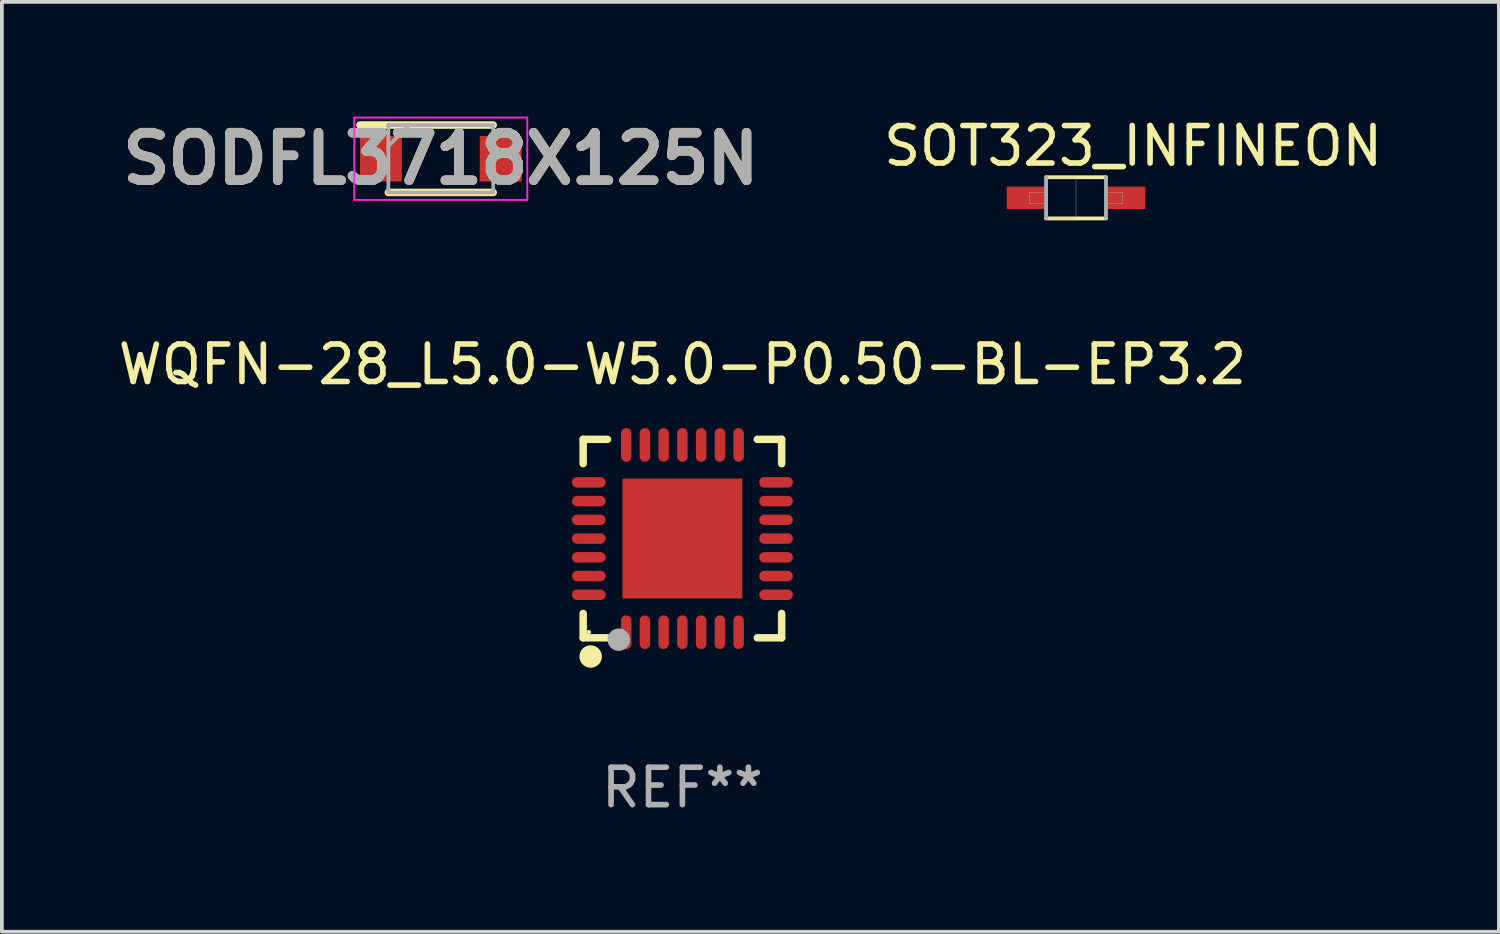
<source format=kicad_pcb>
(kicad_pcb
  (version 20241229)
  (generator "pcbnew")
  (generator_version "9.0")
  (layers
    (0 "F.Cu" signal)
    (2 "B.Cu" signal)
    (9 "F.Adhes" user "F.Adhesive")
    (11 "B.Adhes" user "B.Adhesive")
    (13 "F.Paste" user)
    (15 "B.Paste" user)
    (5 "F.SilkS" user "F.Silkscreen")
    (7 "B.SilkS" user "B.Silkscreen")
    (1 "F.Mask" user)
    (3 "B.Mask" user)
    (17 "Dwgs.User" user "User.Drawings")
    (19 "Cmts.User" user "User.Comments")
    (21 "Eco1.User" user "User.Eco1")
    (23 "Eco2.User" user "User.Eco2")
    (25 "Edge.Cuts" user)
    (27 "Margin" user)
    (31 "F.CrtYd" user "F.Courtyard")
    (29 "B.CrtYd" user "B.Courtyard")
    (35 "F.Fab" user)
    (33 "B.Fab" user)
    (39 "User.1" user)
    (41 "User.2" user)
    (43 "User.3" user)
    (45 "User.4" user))
  (footprint "SODFL3718X125N"
    (layer "F.Cu")
    (at 8.721 1.189)
    (property "Reference" "SODFL3718X125N" (at 0 0 0) (layer "F.SilkS") (effects (font (size 1.27 1.27) (thickness 0.254))))
    (attr smd)
    (fp_line (start -2.16 -0.9) (end 1.4 -0.9) (stroke (width 0.2) (type solid)) (layer "F.SilkS"))
    (fp_line (start -1.4 0.9) (end 1.4 0.9) (stroke (width 0.2) (type solid)) (layer "F.SilkS"))
    (fp_line (start -2.31 -1.1) (end 2.31 -1.1) (stroke (width 0.05) (type solid)) (layer "F.CrtYd"))
    (fp_line (start -2.31 1.1) (end -2.31 -1.1) (stroke (width 0.05) (type solid)) (layer "F.CrtYd"))
    (fp_line (start 2.31 -1.1) (end 2.31 1.1) (stroke (width 0.05) (type solid)) (layer "F.CrtYd"))
    (fp_line (start 2.31 1.1) (end -2.31 1.1) (stroke (width 0.05) (type solid)) (layer "F.CrtYd"))
    (fp_line (start -1.4 -0.9) (end 1.4 -0.9) (stroke (width 0.1) (type solid)) (layer "F.Fab"))
    (fp_line (start -1.4 -0.34) (end -0.84 -0.9) (stroke (width 0.1) (type solid)) (layer "F.Fab"))
    (fp_line (start -1.4 0.9) (end -1.4 -0.9) (stroke (width 0.1) (type solid)) (layer "F.Fab"))
    (fp_line (start 1.4 -0.9) (end 1.4 0.9) (stroke (width 0.1) (type solid)) (layer "F.Fab"))
    (fp_line (start 1.4 0.9) (end -1.4 0.9) (stroke (width 0.1) (type solid)) (layer "F.Fab"))
    (fp_text user "${REFERENCE}" (at 0 0 0) (layer "F.Fab") (effects (font (size 1.27 1.27) (thickness 0.254))))
    (pad "1" smd rect (at -1.6 0) (size 1.12 1.22) (layers "F.Cu" "F.Mask" "F.Paste"))
    (pad "2" smd rect (at 1.6 0) (size 1.12 1.22) (layers "F.Cu" "F.Mask" "F.Paste")))
  (footprint "SOT323_INFINEON"
    (layer "F.Cu")
    (at 25.684 2.233)
    (property "Reference" "SOT323_INFINEON" (at 1.525 -1.385 0) (layer "F.SilkS") (effects (font (size 1 1) (thickness 0.15))))
    (attr smd)
    (fp_line (start -0.8 -0.55) (end 0.8 -0.55) (stroke (width 0.102) (type solid)) (layer "F.SilkS"))
    (fp_line (start 0.8 0.55) (end -0.8 0.55) (stroke (width 0.102) (type solid)) (layer "F.SilkS"))
    (fp_line (start -0.8 0.55) (end -0.8 -0.55) (stroke (width 0.102) (type solid)) (layer "F.Fab"))
    (fp_line (start 0.8 -0.55) (end 0.8 0.55) (stroke (width 0.102) (type solid)) (layer "F.Fab"))
    (fp_poly (pts (xy -1.25 -0.15) (xy -0.8 -0.15) (xy -0.8 0.15) (xy -1.25 0.15)) (stroke (width 0.01) (type solid)) (fill no) (layer "F.Fab"))
    (fp_poly (pts (xy -0.8 -0.55) (xy 0 -0.55) (xy 0 0.55) (xy -0.8 0.55)) (stroke (width 0.01) (type solid)) (fill no) (layer "F.Fab"))
    (fp_poly (pts (xy 0.8 -0.15) (xy 1.25 -0.15) (xy 1.25 0.15) (xy 0.8 0.15)) (stroke (width 0.01) (type solid)) (fill no) (layer "F.Fab"))
    (pad "A" smd rect (at 1.35 0) (size 1 0.6) (layers "F.Cu" "F.Mask" "F.Paste"))
    (pad "C" smd rect (at -1.35 0) (size 1 0.6) (layers "F.Cu" "F.Mask" "F.Paste")))
  (footprint "WQFN-28_L5.0-W5.0-P0.50-BL-EP3.2"
    (layer "F.Cu")
    (at 15.173 11.332)
    (property "Reference" "WQFN-28_L5.0-W5.0-P0.50-BL-EP3.2" (at -0.000203 -4.65 0) (layer "F.SilkS") (effects (font (size 1 1) (thickness 0.15))))
    (attr through_hole)
    (fp_line (start -2.65 -2.65) (end -2.65 -2) (stroke (width 0.2) (type solid)) (layer "F.SilkS"))
    (fp_line (start -2.65 2.65) (end -2.65 2) (stroke (width 0.2) (type solid)) (layer "F.SilkS"))
    (fp_line (start -2 -2.65) (end -2.65 -2.65) (stroke (width 0.2) (type solid)) (layer "F.SilkS"))
    (fp_line (start -2 2.65) (end -2.65 2.65) (stroke (width 0.2) (type solid)) (layer "F.SilkS"))
    (fp_line (start 2 2.65) (end 2.65 2.65) (stroke (width 0.2) (type solid)) (layer "F.SilkS"))
    (fp_line (start 2.65 -2.65) (end 2 -2.65) (stroke (width 0.2) (type solid)) (layer "F.SilkS"))
    (fp_line (start 2.65 -2) (end 2.65 -2.65) (stroke (width 0.2) (type solid)) (layer "F.SilkS"))
    (fp_line (start 2.65 2.65) (end 2.65 2) (stroke (width 0.2) (type solid)) (layer "F.SilkS"))
    (fp_arc (start -2.448768 2.999797) (mid -2.450248 3.299816) (end -2.450889 2.999794) (stroke (width 0.3) (type solid)) (layer "F.SilkS"))
    (fp_circle (center -2.5 2.5) (end -2.47 2.5) (stroke (width 0.06) (type solid)) (fill no) (layer "F.SilkS"))
    (fp_circle (center -1.7 2.7) (end -1.55 2.7) (stroke (width 0.3) (type solid)) (fill no) (layer "F.Fab"))
    (fp_text user "REF**" (at -0.000203 6.65 0) (layer "F.Fab") (effects (font (size 1 1) (thickness 0.15))))
    (pad "1" smd oval (at -1.501 2.5 180) (size 0.28 0.9) (layers "F.Cu" "F.Mask" "F.Paste"))
    (pad "2" smd oval (at -1.001 2.5 180) (size 0.28 0.9) (layers "F.Cu" "F.Mask" "F.Paste"))
    (pad "3" smd oval (at -0.501 2.5 180) (size 0.28 0.9) (layers "F.Cu" "F.Mask" "F.Paste"))
    (pad "4" smd oval (at -0.000127 2.5 180) (size 0.28 0.9) (layers "F.Cu" "F.Mask" "F.Paste"))
    (pad "5" smd oval (at 0.5 2.5 180) (size 0.28 0.9) (layers "F.Cu" "F.Mask" "F.Paste"))
    (pad "6" smd oval (at 1.001 2.5 180) (size 0.28 0.9) (layers "F.Cu" "F.Mask" "F.Paste"))
    (pad "7" smd oval (at 1.501 2.5 180) (size 0.28 0.9) (layers "F.Cu" "F.Mask" "F.Paste"))
    (pad "8" smd oval (at 2.5 1.501 90) (size 0.28 0.9) (layers "F.Cu" "F.Mask" "F.Paste"))
    (pad "9" smd oval (at 2.5 1.001 90) (size 0.28 0.9) (layers "F.Cu" "F.Mask" "F.Paste"))
    (pad "10" smd oval (at 2.5 0.501 90) (size 0.28 0.9) (layers "F.Cu" "F.Mask" "F.Paste"))
    (pad "11" smd oval (at 2.5 0.000127 90) (size 0.28 0.9) (layers "F.Cu" "F.Mask" "F.Paste"))
    (pad "12" smd oval (at 2.5 -0.5 90) (size 0.28 0.9) (layers "F.Cu" "F.Mask" "F.Paste"))
    (pad "13" smd oval (at 2.5 -1.001 90) (size 0.28 0.9) (layers "F.Cu" "F.Mask" "F.Paste"))
    (pad "14" smd oval (at 2.5 -1.501 90) (size 0.28 0.9) (layers "F.Cu" "F.Mask" "F.Paste"))
    (pad "15" smd oval (at 1.501 -2.5 180) (size 0.28 0.9) (layers "F.Cu" "F.Mask" "F.Paste"))
    (pad "16" smd oval (at 1.001 -2.5 180) (size 0.28 0.9) (layers "F.Cu" "F.Mask" "F.Paste"))
    (pad "17" smd oval (at 0.5 -2.5 180) (size 0.28 0.9) (layers "F.Cu" "F.Mask" "F.Paste"))
    (pad "18" smd oval (at -0.000127 -2.5 180) (size 0.28 0.9) (layers "F.Cu" "F.Mask" "F.Paste"))
    (pad "19" smd oval (at -0.501 -2.5 180) (size 0.28 0.9) (layers "F.Cu" "F.Mask" "F.Paste"))
    (pad "20" smd oval (at -1.001 -2.5 180) (size 0.28 0.9) (layers "F.Cu" "F.Mask" "F.Paste"))
    (pad "21" smd oval (at -1.501 -2.5 180) (size 0.28 0.9) (layers "F.Cu" "F.Mask" "F.Paste"))
    (pad "22" smd oval (at -2.5 -1.501 90) (size 0.28 0.9) (layers "F.Cu" "F.Mask" "F.Paste"))
    (pad "23" smd oval (at -2.5 -1.001 90) (size 0.28 0.9) (layers "F.Cu" "F.Mask" "F.Paste"))
    (pad "24" smd oval (at -2.5 -0.5 90) (size 0.28 0.9) (layers "F.Cu" "F.Mask" "F.Paste"))
    (pad "25" smd oval (at -2.5 0.000127 90) (size 0.28 0.9) (layers "F.Cu" "F.Mask" "F.Paste"))
    (pad "26" smd oval (at -2.5 0.501 90) (size 0.28 0.9) (layers "F.Cu" "F.Mask" "F.Paste"))
    (pad "27" smd oval (at -2.5 1.001 90) (size 0.28 0.9) (layers "F.Cu" "F.Mask" "F.Paste"))
    (pad "28" smd oval (at -2.5 1.501 90) (size 0.28 0.9) (layers "F.Cu" "F.Mask" "F.Paste"))
    (pad "29" smd rect (at -0.000127 0.000127 90) (size 3.2 3.2) (layers "F.Cu" "F.Mask" "F.Paste")))
  (gr_rect
    (start -3 -3)
    (end 36.977 21.831)
    (stroke (width 0.1) (type default))
    (fill no)
    (layer "Edge.Cuts")))
</source>
